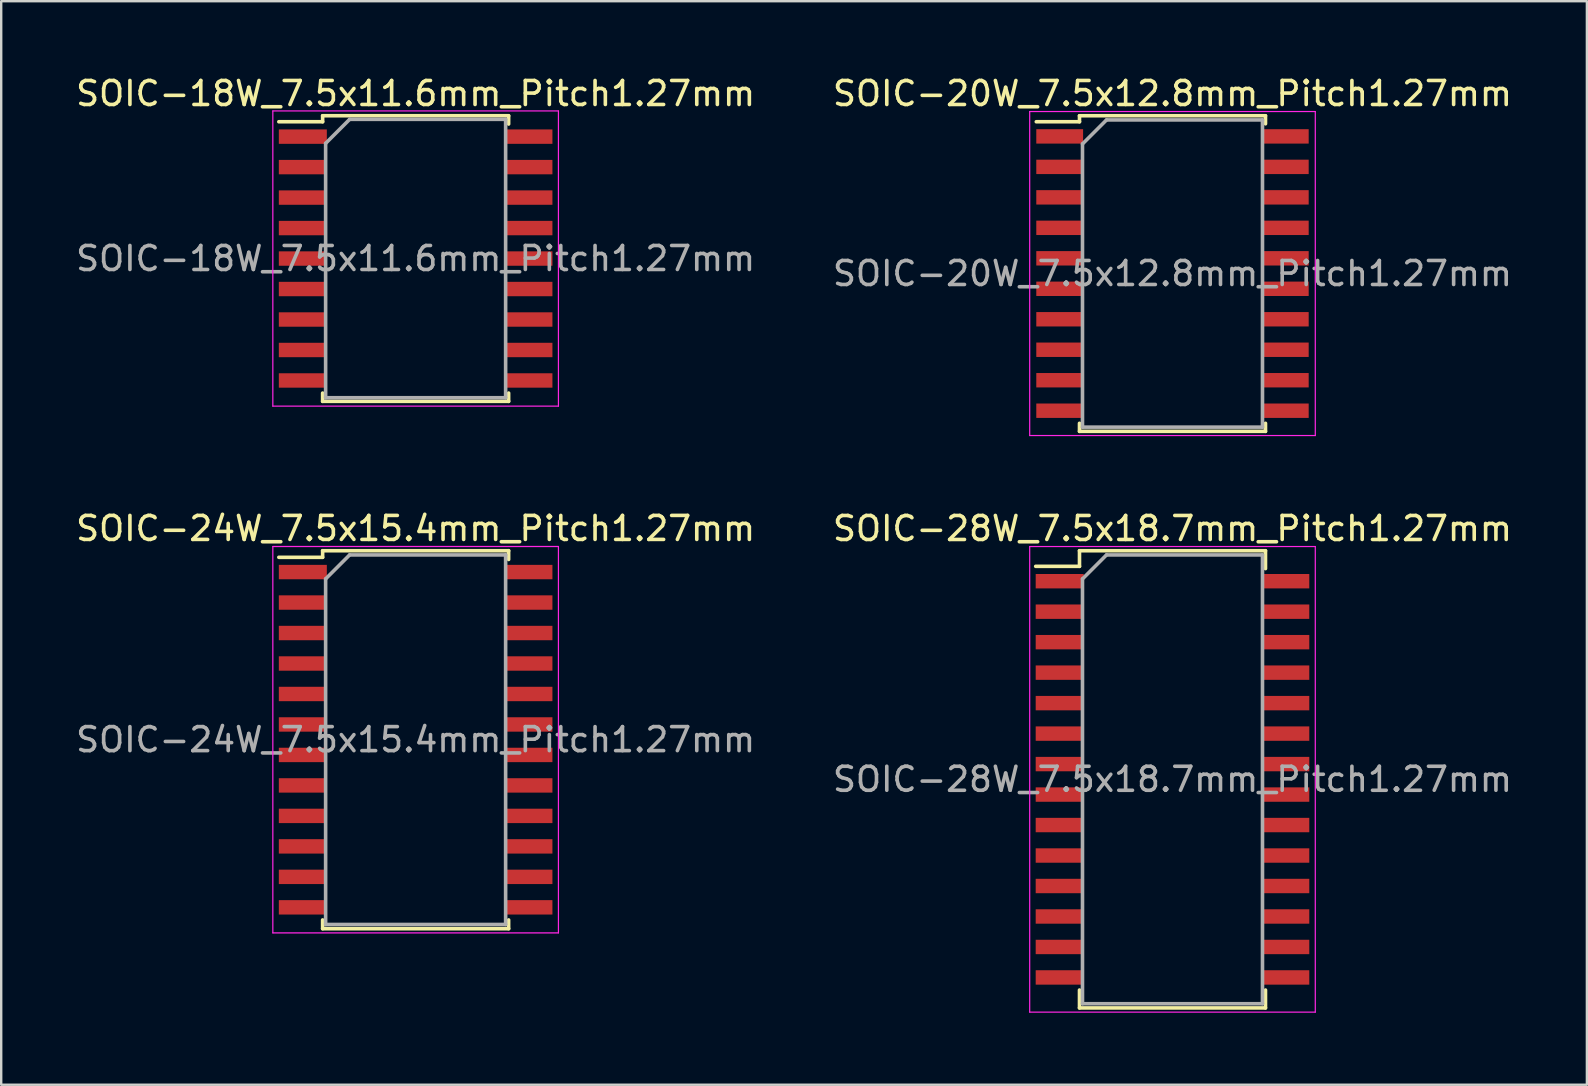
<source format=kicad_pcb>
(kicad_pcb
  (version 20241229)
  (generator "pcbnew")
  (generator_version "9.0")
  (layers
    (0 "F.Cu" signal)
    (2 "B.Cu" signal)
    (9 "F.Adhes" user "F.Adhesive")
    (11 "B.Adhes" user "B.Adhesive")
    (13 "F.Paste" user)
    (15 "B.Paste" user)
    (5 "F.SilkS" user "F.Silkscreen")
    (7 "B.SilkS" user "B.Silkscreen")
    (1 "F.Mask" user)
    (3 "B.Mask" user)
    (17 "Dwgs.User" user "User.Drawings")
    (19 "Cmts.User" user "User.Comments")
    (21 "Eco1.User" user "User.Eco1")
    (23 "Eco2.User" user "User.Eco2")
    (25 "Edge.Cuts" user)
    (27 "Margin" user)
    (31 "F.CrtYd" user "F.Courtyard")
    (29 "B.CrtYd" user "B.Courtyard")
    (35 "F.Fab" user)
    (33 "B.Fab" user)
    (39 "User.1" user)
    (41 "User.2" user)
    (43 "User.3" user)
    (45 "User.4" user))
  (footprint "SOIC-24W_7.5x15.4mm_Pitch1.27mm"
    (layer "F.Cu")
    (at 14.268 27.771)
    (property "Reference" "SOIC-24W_7.5x15.4mm_Pitch1.27mm" (at 0 -8.8 0) (layer "F.SilkS") (effects (font (size 1 1) (thickness 0.15))))
    (attr smd)
    (fp_line (start -3.875 -7.875) (end -3.875 -7.6) (stroke (width 0.15) (type solid)) (layer "F.SilkS"))
    (fp_line (start -3.875 -7.875) (end 3.875 -7.875) (stroke (width 0.15) (type solid)) (layer "F.SilkS"))
    (fp_line (start -3.875 -7.6) (end -5.7 -7.6) (stroke (width 0.15) (type solid)) (layer "F.SilkS"))
    (fp_line (start -3.875 7.875) (end -3.875 7.51) (stroke (width 0.15) (type solid)) (layer "F.SilkS"))
    (fp_line (start -3.875 7.875) (end 3.875 7.875) (stroke (width 0.15) (type solid)) (layer "F.SilkS"))
    (fp_line (start 3.875 -7.875) (end 3.875 -7.51) (stroke (width 0.15) (type solid)) (layer "F.SilkS"))
    (fp_line (start 3.875 7.875) (end 3.875 7.51) (stroke (width 0.15) (type solid)) (layer "F.SilkS"))
    (fp_line (start -5.95 -8.05) (end -5.95 8.05) (stroke (width 0.05) (type solid)) (layer "F.CrtYd"))
    (fp_line (start -5.95 -8.05) (end 5.95 -8.05) (stroke (width 0.05) (type solid)) (layer "F.CrtYd"))
    (fp_line (start -5.95 8.05) (end 5.95 8.05) (stroke (width 0.05) (type solid)) (layer "F.CrtYd"))
    (fp_line (start 5.95 -8.05) (end 5.95 8.05) (stroke (width 0.05) (type solid)) (layer "F.CrtYd"))
    (fp_line (start -3.75 -6.7) (end -2.75 -7.7) (stroke (width 0.15) (type solid)) (layer "F.Fab"))
    (fp_line (start -3.75 7.7) (end -3.75 -6.7) (stroke (width 0.15) (type solid)) (layer "F.Fab"))
    (fp_line (start -2.75 -7.7) (end 3.75 -7.7) (stroke (width 0.15) (type solid)) (layer "F.Fab"))
    (fp_line (start 3.75 -7.7) (end 3.75 7.7) (stroke (width 0.15) (type solid)) (layer "F.Fab"))
    (fp_line (start 3.75 7.7) (end -3.75 7.7) (stroke (width 0.15) (type solid)) (layer "F.Fab"))
    (fp_text user "${REFERENCE}" (at 0 0 0) (layer "F.Fab") (effects (font (size 1 1) (thickness 0.15))))
    (pad "1" smd rect (at -4.7 -6.985) (size 2 0.6) (layers "F.Cu" "F.Mask" "F.Paste"))
    (pad "2" smd rect (at -4.7 -5.715) (size 2 0.6) (layers "F.Cu" "F.Mask" "F.Paste"))
    (pad "3" smd rect (at -4.7 -4.445) (size 2 0.6) (layers "F.Cu" "F.Mask" "F.Paste"))
    (pad "4" smd rect (at -4.7 -3.175) (size 2 0.6) (layers "F.Cu" "F.Mask" "F.Paste"))
    (pad "5" smd rect (at -4.7 -1.905) (size 2 0.6) (layers "F.Cu" "F.Mask" "F.Paste"))
    (pad "6" smd rect (at -4.7 -0.635) (size 2 0.6) (layers "F.Cu" "F.Mask" "F.Paste"))
    (pad "7" smd rect (at -4.7 0.635) (size 2 0.6) (layers "F.Cu" "F.Mask" "F.Paste"))
    (pad "8" smd rect (at -4.7 1.905) (size 2 0.6) (layers "F.Cu" "F.Mask" "F.Paste"))
    (pad "9" smd rect (at -4.7 3.175) (size 2 0.6) (layers "F.Cu" "F.Mask" "F.Paste"))
    (pad "10" smd rect (at -4.7 4.445) (size 2 0.6) (layers "F.Cu" "F.Mask" "F.Paste"))
    (pad "11" smd rect (at -4.7 5.715) (size 2 0.6) (layers "F.Cu" "F.Mask" "F.Paste"))
    (pad "12" smd rect (at -4.7 6.985) (size 2 0.6) (layers "F.Cu" "F.Mask" "F.Paste"))
    (pad "13" smd rect (at 4.7 6.985) (size 2 0.6) (layers "F.Cu" "F.Mask" "F.Paste"))
    (pad "14" smd rect (at 4.7 5.715) (size 2 0.6) (layers "F.Cu" "F.Mask" "F.Paste"))
    (pad "15" smd rect (at 4.7 4.445) (size 2 0.6) (layers "F.Cu" "F.Mask" "F.Paste"))
    (pad "16" smd rect (at 4.7 3.175) (size 2 0.6) (layers "F.Cu" "F.Mask" "F.Paste"))
    (pad "17" smd rect (at 4.7 1.905) (size 2 0.6) (layers "F.Cu" "F.Mask" "F.Paste"))
    (pad "18" smd rect (at 4.7 0.635) (size 2 0.6) (layers "F.Cu" "F.Mask" "F.Paste"))
    (pad "19" smd rect (at 4.7 -0.635) (size 2 0.6) (layers "F.Cu" "F.Mask" "F.Paste"))
    (pad "20" smd rect (at 4.7 -1.905) (size 2 0.6) (layers "F.Cu" "F.Mask" "F.Paste"))
    (pad "21" smd rect (at 4.7 -3.175) (size 2 0.6) (layers "F.Cu" "F.Mask" "F.Paste"))
    (pad "22" smd rect (at 4.7 -4.445) (size 2 0.6) (layers "F.Cu" "F.Mask" "F.Paste"))
    (pad "23" smd rect (at 4.7 -5.715) (size 2 0.6) (layers "F.Cu" "F.Mask" "F.Paste"))
    (pad "24" smd rect (at 4.7 -6.985) (size 2 0.6) (layers "F.Cu" "F.Mask" "F.Paste")))
  (footprint "SOIC-18W_7.5x11.6mm_Pitch1.27mm"
    (layer "F.Cu")
    (at 14.268 7.723)
    (property "Reference" "SOIC-18W_7.5x11.6mm_Pitch1.27mm" (at 0 -6.875 0) (layer "F.SilkS") (effects (font (size 1 1) (thickness 0.15))))
    (attr smd)
    (fp_line (start -3.875 -5.95) (end -3.875 -5.7) (stroke (width 0.15) (type solid)) (layer "F.SilkS"))
    (fp_line (start -3.875 -5.95) (end 3.875 -5.95) (stroke (width 0.15) (type solid)) (layer "F.SilkS"))
    (fp_line (start -3.875 -5.7) (end -5.7 -5.7) (stroke (width 0.15) (type solid)) (layer "F.SilkS"))
    (fp_line (start -3.875 5.95) (end -3.875 5.605) (stroke (width 0.15) (type solid)) (layer "F.SilkS"))
    (fp_line (start -3.875 5.95) (end 3.875 5.95) (stroke (width 0.15) (type solid)) (layer "F.SilkS"))
    (fp_line (start 3.875 -5.95) (end 3.875 -5.605) (stroke (width 0.15) (type solid)) (layer "F.SilkS"))
    (fp_line (start 3.875 5.95) (end 3.875 5.605) (stroke (width 0.15) (type solid)) (layer "F.SilkS"))
    (fp_line (start -5.95 -6.15) (end -5.95 6.15) (stroke (width 0.05) (type solid)) (layer "F.CrtYd"))
    (fp_line (start -5.95 -6.15) (end 5.95 -6.15) (stroke (width 0.05) (type solid)) (layer "F.CrtYd"))
    (fp_line (start -5.95 6.15) (end 5.95 6.15) (stroke (width 0.05) (type solid)) (layer "F.CrtYd"))
    (fp_line (start 5.95 -6.15) (end 5.95 6.15) (stroke (width 0.05) (type solid)) (layer "F.CrtYd"))
    (fp_line (start -3.75 -4.8) (end -2.75 -5.8) (stroke (width 0.15) (type solid)) (layer "F.Fab"))
    (fp_line (start -3.75 5.8) (end -3.75 -4.8) (stroke (width 0.15) (type solid)) (layer "F.Fab"))
    (fp_line (start -2.75 -5.8) (end 3.75 -5.8) (stroke (width 0.15) (type solid)) (layer "F.Fab"))
    (fp_line (start 3.75 -5.8) (end 3.75 5.8) (stroke (width 0.15) (type solid)) (layer "F.Fab"))
    (fp_line (start 3.75 5.8) (end -3.75 5.8) (stroke (width 0.15) (type solid)) (layer "F.Fab"))
    (fp_text user "${REFERENCE}" (at 0 0 0) (layer "F.Fab") (effects (font (size 1 1) (thickness 0.15))))
    (pad "1" smd rect (at -4.7 -5.08) (size 2 0.6) (layers "F.Cu" "F.Mask" "F.Paste"))
    (pad "2" smd rect (at -4.7 -3.81) (size 2 0.6) (layers "F.Cu" "F.Mask" "F.Paste"))
    (pad "3" smd rect (at -4.7 -2.54) (size 2 0.6) (layers "F.Cu" "F.Mask" "F.Paste"))
    (pad "4" smd rect (at -4.7 -1.27) (size 2 0.6) (layers "F.Cu" "F.Mask" "F.Paste"))
    (pad "5" smd rect (at -4.7 0) (size 2 0.6) (layers "F.Cu" "F.Mask" "F.Paste"))
    (pad "6" smd rect (at -4.7 1.27) (size 2 0.6) (layers "F.Cu" "F.Mask" "F.Paste"))
    (pad "7" smd rect (at -4.7 2.54) (size 2 0.6) (layers "F.Cu" "F.Mask" "F.Paste"))
    (pad "8" smd rect (at -4.7 3.81) (size 2 0.6) (layers "F.Cu" "F.Mask" "F.Paste"))
    (pad "9" smd rect (at -4.7 5.08) (size 2 0.6) (layers "F.Cu" "F.Mask" "F.Paste"))
    (pad "10" smd rect (at 4.7 5.08) (size 2 0.6) (layers "F.Cu" "F.Mask" "F.Paste"))
    (pad "11" smd rect (at 4.7 3.81) (size 2 0.6) (layers "F.Cu" "F.Mask" "F.Paste"))
    (pad "12" smd rect (at 4.7 2.54) (size 2 0.6) (layers "F.Cu" "F.Mask" "F.Paste"))
    (pad "13" smd rect (at 4.7 1.27) (size 2 0.6) (layers "F.Cu" "F.Mask" "F.Paste"))
    (pad "14" smd rect (at 4.7 0) (size 2 0.6) (layers "F.Cu" "F.Mask" "F.Paste"))
    (pad "15" smd rect (at 4.7 -1.27) (size 2 0.6) (layers "F.Cu" "F.Mask" "F.Paste"))
    (pad "16" smd rect (at 4.7 -2.54) (size 2 0.6) (layers "F.Cu" "F.Mask" "F.Paste"))
    (pad "17" smd rect (at 4.7 -3.81) (size 2 0.6) (layers "F.Cu" "F.Mask" "F.Paste"))
    (pad "18" smd rect (at 4.7 -5.08) (size 2 0.6) (layers "F.Cu" "F.Mask" "F.Paste")))
  (footprint "SOIC-28W_7.5x18.7mm_Pitch1.27mm"
    (layer "F.Cu")
    (at 45.804 29.422)
    (property "Reference" "SOIC-28W_7.5x18.7mm_Pitch1.27mm" (at 0 -10.45 0) (layer "F.SilkS") (effects (font (size 1 1) (thickness 0.15))))
    (attr smd)
    (fp_line (start -3.875 -9.525) (end -3.875 -8.875) (stroke (width 0.15) (type solid)) (layer "F.SilkS"))
    (fp_line (start -3.875 -9.525) (end 3.875 -9.525) (stroke (width 0.15) (type solid)) (layer "F.SilkS"))
    (fp_line (start -3.875 -8.875) (end -5.7 -8.875) (stroke (width 0.15) (type solid)) (layer "F.SilkS"))
    (fp_line (start -3.875 9.525) (end -3.875 8.78) (stroke (width 0.15) (type solid)) (layer "F.SilkS"))
    (fp_line (start -3.875 9.525) (end 3.875 9.525) (stroke (width 0.15) (type solid)) (layer "F.SilkS"))
    (fp_line (start 3.875 -9.525) (end 3.875 -8.78) (stroke (width 0.15) (type solid)) (layer "F.SilkS"))
    (fp_line (start 3.875 9.525) (end 3.875 8.78) (stroke (width 0.15) (type solid)) (layer "F.SilkS"))
    (fp_line (start -5.95 -9.7) (end -5.95 9.7) (stroke (width 0.05) (type solid)) (layer "F.CrtYd"))
    (fp_line (start -5.95 -9.7) (end 5.95 -9.7) (stroke (width 0.05) (type solid)) (layer "F.CrtYd"))
    (fp_line (start -5.95 9.7) (end 5.95 9.7) (stroke (width 0.05) (type solid)) (layer "F.CrtYd"))
    (fp_line (start 5.95 -9.7) (end 5.95 9.7) (stroke (width 0.05) (type solid)) (layer "F.CrtYd"))
    (fp_line (start -3.75 -8.35) (end -2.75 -9.35) (stroke (width 0.15) (type solid)) (layer "F.Fab"))
    (fp_line (start -3.75 9.35) (end -3.75 -8.35) (stroke (width 0.15) (type solid)) (layer "F.Fab"))
    (fp_line (start -2.75 -9.35) (end 3.75 -9.35) (stroke (width 0.15) (type solid)) (layer "F.Fab"))
    (fp_line (start 3.75 -9.35) (end 3.75 9.35) (stroke (width 0.15) (type solid)) (layer "F.Fab"))
    (fp_line (start 3.75 9.35) (end -3.75 9.35) (stroke (width 0.15) (type solid)) (layer "F.Fab"))
    (fp_text user "${REFERENCE}" (at 0 0 0) (layer "F.Fab") (effects (font (size 1 1) (thickness 0.15))))
    (pad "1" smd rect (at -4.7 -8.255) (size 2 0.6) (layers "F.Cu" "F.Mask" "F.Paste"))
    (pad "2" smd rect (at -4.7 -6.985) (size 2 0.6) (layers "F.Cu" "F.Mask" "F.Paste"))
    (pad "3" smd rect (at -4.7 -5.715) (size 2 0.6) (layers "F.Cu" "F.Mask" "F.Paste"))
    (pad "4" smd rect (at -4.7 -4.445) (size 2 0.6) (layers "F.Cu" "F.Mask" "F.Paste"))
    (pad "5" smd rect (at -4.7 -3.175) (size 2 0.6) (layers "F.Cu" "F.Mask" "F.Paste"))
    (pad "6" smd rect (at -4.7 -1.905) (size 2 0.6) (layers "F.Cu" "F.Mask" "F.Paste"))
    (pad "7" smd rect (at -4.7 -0.635) (size 2 0.6) (layers "F.Cu" "F.Mask" "F.Paste"))
    (pad "8" smd rect (at -4.7 0.635) (size 2 0.6) (layers "F.Cu" "F.Mask" "F.Paste"))
    (pad "9" smd rect (at -4.7 1.905) (size 2 0.6) (layers "F.Cu" "F.Mask" "F.Paste"))
    (pad "10" smd rect (at -4.7 3.175) (size 2 0.6) (layers "F.Cu" "F.Mask" "F.Paste"))
    (pad "11" smd rect (at -4.7 4.445) (size 2 0.6) (layers "F.Cu" "F.Mask" "F.Paste"))
    (pad "12" smd rect (at -4.7 5.715) (size 2 0.6) (layers "F.Cu" "F.Mask" "F.Paste"))
    (pad "13" smd rect (at -4.7 6.985) (size 2 0.6) (layers "F.Cu" "F.Mask" "F.Paste"))
    (pad "14" smd rect (at -4.7 8.255) (size 2 0.6) (layers "F.Cu" "F.Mask" "F.Paste"))
    (pad "15" smd rect (at 4.7 8.255) (size 2 0.6) (layers "F.Cu" "F.Mask" "F.Paste"))
    (pad "16" smd rect (at 4.7 6.985) (size 2 0.6) (layers "F.Cu" "F.Mask" "F.Paste"))
    (pad "17" smd rect (at 4.7 5.715) (size 2 0.6) (layers "F.Cu" "F.Mask" "F.Paste"))
    (pad "18" smd rect (at 4.7 4.445) (size 2 0.6) (layers "F.Cu" "F.Mask" "F.Paste"))
    (pad "19" smd rect (at 4.7 3.175) (size 2 0.6) (layers "F.Cu" "F.Mask" "F.Paste"))
    (pad "20" smd rect (at 4.7 1.905) (size 2 0.6) (layers "F.Cu" "F.Mask" "F.Paste"))
    (pad "21" smd rect (at 4.7 0.635) (size 2 0.6) (layers "F.Cu" "F.Mask" "F.Paste"))
    (pad "22" smd rect (at 4.7 -0.635) (size 2 0.6) (layers "F.Cu" "F.Mask" "F.Paste"))
    (pad "23" smd rect (at 4.7 -1.905) (size 2 0.6) (layers "F.Cu" "F.Mask" "F.Paste"))
    (pad "24" smd rect (at 4.7 -3.175) (size 2 0.6) (layers "F.Cu" "F.Mask" "F.Paste"))
    (pad "25" smd rect (at 4.7 -4.445) (size 2 0.6) (layers "F.Cu" "F.Mask" "F.Paste"))
    (pad "26" smd rect (at 4.7 -5.715) (size 2 0.6) (layers "F.Cu" "F.Mask" "F.Paste"))
    (pad "27" smd rect (at 4.7 -6.985) (size 2 0.6) (layers "F.Cu" "F.Mask" "F.Paste"))
    (pad "28" smd rect (at 4.7 -8.255) (size 2 0.6) (layers "F.Cu" "F.Mask" "F.Paste")))
  (footprint "SOIC-20W_7.5x12.8mm_Pitch1.27mm"
    (layer "F.Cu")
    (at 45.804 8.348)
    (property "Reference" "SOIC-20W_7.5x12.8mm_Pitch1.27mm" (at 0 -7.5 0) (layer "F.SilkS") (effects (font (size 1 1) (thickness 0.15))))
    (attr smd)
    (fp_line (start -3.875 -6.575) (end -3.875 -6.325) (stroke (width 0.15) (type solid)) (layer "F.SilkS"))
    (fp_line (start -3.875 -6.575) (end 3.875 -6.575) (stroke (width 0.15) (type solid)) (layer "F.SilkS"))
    (fp_line (start -3.875 -6.325) (end -5.675 -6.325) (stroke (width 0.15) (type solid)) (layer "F.SilkS"))
    (fp_line (start -3.875 6.575) (end -3.875 6.24) (stroke (width 0.15) (type solid)) (layer "F.SilkS"))
    (fp_line (start -3.875 6.575) (end 3.875 6.575) (stroke (width 0.15) (type solid)) (layer "F.SilkS"))
    (fp_line (start 3.875 -6.575) (end 3.875 -6.24) (stroke (width 0.15) (type solid)) (layer "F.SilkS"))
    (fp_line (start 3.875 6.575) (end 3.875 6.24) (stroke (width 0.15) (type solid)) (layer "F.SilkS"))
    (fp_line (start -5.95 -6.75) (end -5.95 6.75) (stroke (width 0.05) (type solid)) (layer "F.CrtYd"))
    (fp_line (start -5.95 -6.75) (end 5.95 -6.75) (stroke (width 0.05) (type solid)) (layer "F.CrtYd"))
    (fp_line (start -5.95 6.75) (end 5.95 6.75) (stroke (width 0.05) (type solid)) (layer "F.CrtYd"))
    (fp_line (start 5.95 -6.75) (end 5.95 6.75) (stroke (width 0.05) (type solid)) (layer "F.CrtYd"))
    (fp_line (start -3.75 -5.4) (end -2.75 -6.4) (stroke (width 0.15) (type solid)) (layer "F.Fab"))
    (fp_line (start -3.75 6.4) (end -3.75 -5.4) (stroke (width 0.15) (type solid)) (layer "F.Fab"))
    (fp_line (start -2.75 -6.4) (end 3.75 -6.4) (stroke (width 0.15) (type solid)) (layer "F.Fab"))
    (fp_line (start 3.75 -6.4) (end 3.75 6.4) (stroke (width 0.15) (type solid)) (layer "F.Fab"))
    (fp_line (start 3.75 6.4) (end -3.75 6.4) (stroke (width 0.15) (type solid)) (layer "F.Fab"))
    (fp_text user "${REFERENCE}" (at 0 0 0) (layer "F.Fab") (effects (font (size 1 1) (thickness 0.15))))
    (pad "1" smd rect (at -4.7 -5.715) (size 1.95 0.6) (layers "F.Cu" "F.Mask" "F.Paste"))
    (pad "2" smd rect (at -4.7 -4.445) (size 1.95 0.6) (layers "F.Cu" "F.Mask" "F.Paste"))
    (pad "3" smd rect (at -4.7 -3.175) (size 1.95 0.6) (layers "F.Cu" "F.Mask" "F.Paste"))
    (pad "4" smd rect (at -4.7 -1.905) (size 1.95 0.6) (layers "F.Cu" "F.Mask" "F.Paste"))
    (pad "5" smd rect (at -4.7 -0.635) (size 1.95 0.6) (layers "F.Cu" "F.Mask" "F.Paste"))
    (pad "6" smd rect (at -4.7 0.635) (size 1.95 0.6) (layers "F.Cu" "F.Mask" "F.Paste"))
    (pad "7" smd rect (at -4.7 1.905) (size 1.95 0.6) (layers "F.Cu" "F.Mask" "F.Paste"))
    (pad "8" smd rect (at -4.7 3.175) (size 1.95 0.6) (layers "F.Cu" "F.Mask" "F.Paste"))
    (pad "9" smd rect (at -4.7 4.445) (size 1.95 0.6) (layers "F.Cu" "F.Mask" "F.Paste"))
    (pad "10" smd rect (at -4.7 5.715) (size 1.95 0.6) (layers "F.Cu" "F.Mask" "F.Paste"))
    (pad "11" smd rect (at 4.7 5.715) (size 1.95 0.6) (layers "F.Cu" "F.Mask" "F.Paste"))
    (pad "12" smd rect (at 4.7 4.445) (size 1.95 0.6) (layers "F.Cu" "F.Mask" "F.Paste"))
    (pad "13" smd rect (at 4.7 3.175) (size 1.95 0.6) (layers "F.Cu" "F.Mask" "F.Paste"))
    (pad "14" smd rect (at 4.7 1.905) (size 1.95 0.6) (layers "F.Cu" "F.Mask" "F.Paste"))
    (pad "15" smd rect (at 4.7 0.635) (size 1.95 0.6) (layers "F.Cu" "F.Mask" "F.Paste"))
    (pad "16" smd rect (at 4.7 -0.635) (size 1.95 0.6) (layers "F.Cu" "F.Mask" "F.Paste"))
    (pad "17" smd rect (at 4.7 -1.905) (size 1.95 0.6) (layers "F.Cu" "F.Mask" "F.Paste"))
    (pad "18" smd rect (at 4.7 -3.175) (size 1.95 0.6) (layers "F.Cu" "F.Mask" "F.Paste"))
    (pad "19" smd rect (at 4.7 -4.445) (size 1.95 0.6) (layers "F.Cu" "F.Mask" "F.Paste"))
    (pad "20" smd rect (at 4.7 -5.715) (size 1.95 0.6) (layers "F.Cu" "F.Mask" "F.Paste")))
  (gr_rect
    (start -3 -3)
    (end 63.071 42.147)
    (stroke (width 0.1) (type default))
    (fill no)
    (layer "Edge.Cuts")))
</source>
